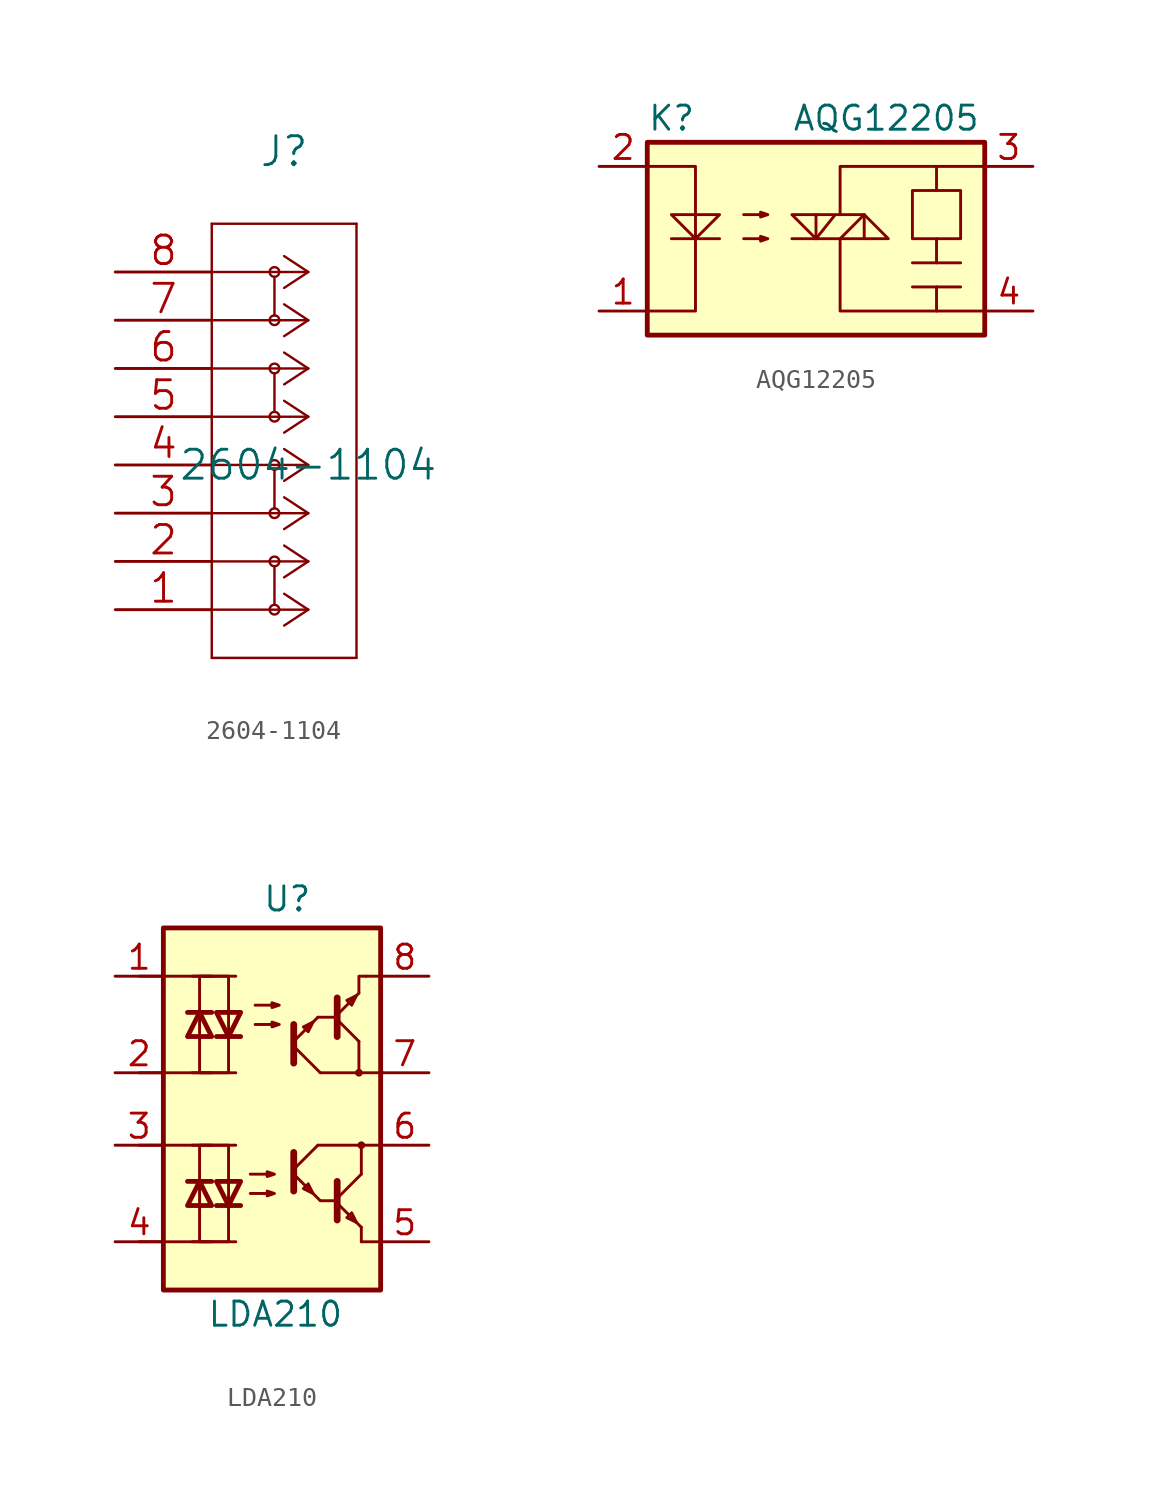
<source format=kicad_sym>
(kicad_symbol_lib
  (version 20241209)
  (generator "kicad_symbol_editor")
  (generator_version "9.0")
  (symbol "2604-1104"
    (pin_names
      (offset 0.254)
      (hide yes))
    (property "Reference" "J"
      (at -1.27 16.51 0)
      (effects (font (size 1.524 1.524))))
    (property "Value" "2604-1104"
      (at 0 0 0)
      (effects (font (size 1.524 1.524))))
    (property "Datasheet" ""
      (at 0 0 0)
      (effects (font (size 1.524 1.524))))
    (symbol "2604-1104_1_1"
      (polyline (pts (xy -5.08 12.7) (xy -5.08 -10.16)) (stroke (width 0.127) (type default)) (fill (type none)))
      (polyline (pts (xy -5.08 -10.16) (xy 2.54 -10.16)) (stroke (width 0.127) (type default)) (fill (type none)))
      (circle (center -1.778 10.16) (radius 0.254) (stroke (width 0.127) (type default)) (fill (type none)))
      (polyline (pts (xy -1.778 9.906) (xy -1.778 7.874)) (stroke (width 0.127) (type default)) (fill (type none)))
      (circle (center -1.778 7.62) (radius 0.254) (stroke (width 0.127) (type default)) (fill (type none)))
      (circle (center -1.778 5.08) (radius 0.254) (stroke (width 0.127) (type default)) (fill (type none)))
      (polyline (pts (xy -1.778 4.826) (xy -1.778 2.794)) (stroke (width 0.127) (type default)) (fill (type none)))
      (circle (center -1.778 2.54) (radius 0.254) (stroke (width 0.127) (type default)) (fill (type none)))
      (circle (center -1.778 0) (radius 0.254) (stroke (width 0.127) (type default)) (fill (type none)))
      (polyline (pts (xy -1.778 -0.254) (xy -1.778 -2.286)) (stroke (width 0.127) (type default)) (fill (type none)))
      (circle (center -1.778 -2.54) (radius 0.254) (stroke (width 0.127) (type default)) (fill (type none)))
      (circle (center -1.778 -5.08) (radius 0.254) (stroke (width 0.127) (type default)) (fill (type none)))
      (polyline (pts (xy -1.778 -5.334) (xy -1.778 -7.366)) (stroke (width 0.127) (type default)) (fill (type none)))
      (circle (center -1.778 -7.62) (radius 0.254) (stroke (width 0.127) (type default)) (fill (type none)))
      (arc (start -1.524 10.16) (mid -1.524 10.16) (end -1.524 10.16) (stroke (width 0.127) (type default)) (fill (type none)))
      (arc (start -1.524 7.62) (mid -1.524 7.62) (end -1.524 7.62) (stroke (width 0.127) (type default)) (fill (type none)))
      (arc (start -1.524 5.08) (mid -1.524 5.08) (end -1.524 5.08) (stroke (width 0.127) (type default)) (fill (type none)))
      (arc (start -1.524 2.54) (mid -1.524 2.54) (end -1.524 2.54) (stroke (width 0.127) (type default)) (fill (type none)))
      (arc (start -1.524 0) (mid -1.524 0) (end -1.524 0) (stroke (width 0.127) (type default)) (fill (type none)))
      (arc (start -1.524 -2.54) (mid -1.524 -2.54) (end -1.524 -2.54) (stroke (width 0.127) (type default)) (fill (type none)))
      (arc (start -1.524 -5.08) (mid -1.524 -5.08) (end -1.524 -5.08) (stroke (width 0.127) (type default)) (fill (type none)))
      (arc (start -1.524 -7.62) (mid -1.524 -7.62) (end -1.524 -7.62) (stroke (width 0.127) (type default)) (fill (type none)))
      (polyline (pts (xy 0 10.16) (xy -5.08 10.16)) (stroke (width 0.127) (type default)) (fill (type none)))
      (polyline (pts (xy 0 10.16) (xy -1.27 10.998)) (stroke (width 0.127) (type default)) (fill (type none)))
      (polyline (pts (xy 0 10.16) (xy -1.27 9.322)) (stroke (width 0.127) (type default)) (fill (type none)))
      (polyline (pts (xy 0 7.62) (xy -5.08 7.62)) (stroke (width 0.127) (type default)) (fill (type none)))
      (polyline (pts (xy 0 7.62) (xy -1.27 8.458)) (stroke (width 0.127) (type default)) (fill (type none)))
      (polyline (pts (xy 0 7.62) (xy -1.27 6.782)) (stroke (width 0.127) (type default)) (fill (type none)))
      (polyline (pts (xy 0 5.08) (xy -5.08 5.08)) (stroke (width 0.127) (type default)) (fill (type none)))
      (polyline (pts (xy 0 5.08) (xy -1.27 5.918)) (stroke (width 0.127) (type default)) (fill (type none)))
      (polyline (pts (xy 0 5.08) (xy -1.27 4.242)) (stroke (width 0.127) (type default)) (fill (type none)))
      (polyline (pts (xy 0 2.54) (xy -5.08 2.54)) (stroke (width 0.127) (type default)) (fill (type none)))
      (polyline (pts (xy 0 2.54) (xy -1.27 3.378)) (stroke (width 0.127) (type default)) (fill (type none)))
      (polyline (pts (xy 0 2.54) (xy -1.27 1.702)) (stroke (width 0.127) (type default)) (fill (type none)))
      (polyline (pts (xy 0 0) (xy -5.08 0)) (stroke (width 0.127) (type default)) (fill (type none)))
      (polyline (pts (xy 0 0) (xy -1.27 0.838)) (stroke (width 0.127) (type default)) (fill (type none)))
      (polyline (pts (xy 0 0) (xy -1.27 -0.838)) (stroke (width 0.127) (type default)) (fill (type none)))
      (polyline (pts (xy 0 -2.54) (xy -5.08 -2.54)) (stroke (width 0.127) (type default)) (fill (type none)))
      (polyline (pts (xy 0 -2.54) (xy -1.27 -1.702)) (stroke (width 0.127) (type default)) (fill (type none)))
      (polyline (pts (xy 0 -2.54) (xy -1.27 -3.378)) (stroke (width 0.127) (type default)) (fill (type none)))
      (polyline (pts (xy 0 -5.08) (xy -5.08 -5.08)) (stroke (width 0.127) (type default)) (fill (type none)))
      (polyline (pts (xy 0 -5.08) (xy -1.27 -4.242)) (stroke (width 0.127) (type default)) (fill (type none)))
      (polyline (pts (xy 0 -5.08) (xy -1.27 -5.918)) (stroke (width 0.127) (type default)) (fill (type none)))
      (polyline (pts (xy 0 -7.62) (xy -5.08 -7.62)) (stroke (width 0.127) (type default)) (fill (type none)))
      (polyline (pts (xy 0 -7.62) (xy -1.27 -6.782)) (stroke (width 0.127) (type default)) (fill (type none)))
      (polyline (pts (xy 0 -7.62) (xy -1.27 -8.458)) (stroke (width 0.127) (type default)) (fill (type none)))
      (polyline (pts (xy 2.54 12.7) (xy -5.08 12.7)) (stroke (width 0.127) (type default)) (fill (type none)))
      (polyline (pts (xy 2.54 -10.16) (xy 2.54 12.7)) (stroke (width 0.127) (type default)) (fill (type none)))
      (pin passive line (at -10.16 10.16 0) (length 5.08) (name "8" (effects (font (size 1.499 1.499)))) (number "8" (effects (font (size 1.499 1.499)))))
      (pin passive line (at -10.16 7.62 0) (length 5.08) (name "7" (effects (font (size 1.499 1.499)))) (number "7" (effects (font (size 1.499 1.499)))))
      (pin passive line (at -10.16 5.08 0) (length 5.08) (name "6" (effects (font (size 1.499 1.499)))) (number "6" (effects (font (size 1.499 1.499)))))
      (pin passive line (at -10.16 2.54 0) (length 5.08) (name "5" (effects (font (size 1.499 1.499)))) (number "5" (effects (font (size 1.499 1.499)))))
      (pin passive line (at -10.16 0 0) (length 5.08) (name "4" (effects (font (size 1.499 1.499)))) (number "4" (effects (font (size 1.499 1.499)))))
      (pin passive line (at -10.16 -2.54 0) (length 5.08) (name "3" (effects (font (size 1.499 1.499)))) (number "3" (effects (font (size 1.499 1.499)))))
      (pin passive line (at -10.16 -5.08 0) (length 5.08) (name "2" (effects (font (size 1.499 1.499)))) (number "2" (effects (font (size 1.499 1.499)))))
      (pin passive line (at -10.16 -7.62 0) (length 5.08) (name "1" (effects (font (size 1.499 1.499)))) (number "1" (effects (font (size 1.499 1.499)))))))
  (symbol "AQG12205"
    (pin_names
      (offset 0.762))
    (property "Reference" "K"
      (at -8.89 6.35 0)
      (effects (font (size 1.27 1.27)) (justify left)))
    (property "Value" "AQG12205"
      (at -1.27 6.35 0)
      (effects (font (size 1.27 1.27)) (justify left)))
    (symbol "AQG12205_0_1"
      (rectangle (start -8.89 5.08) (end 8.89 -5.08) (stroke (width 0.254) (type default)) (fill (type background)))
      (polyline (pts (xy -8.89 3.81) (xy -6.35 3.81) (xy -6.35 -3.81) (xy -8.89 -3.81)) (stroke (width 0) (type default)) (fill (type none)))
      (polyline (pts (xy -7.62 0) (xy -5.08 0)) (stroke (width 0) (type default)) (fill (type none)))
      (polyline (pts (xy -6.35 0) (xy -7.62 1.27) (xy -5.08 1.27) (xy -6.35 0)) (stroke (width 0) (type default)) (fill (type none)))
      (polyline (pts (xy -3.81 1.27) (xy -2.54 1.27) (xy -2.921 1.143) (xy -2.921 1.397) (xy -2.54 1.27)) (stroke (width 0) (type default)) (fill (type none)))
      (polyline (pts (xy -3.81 0) (xy -2.54 0) (xy -2.921 -0.127) (xy -2.921 0.127) (xy -2.54 0)) (stroke (width 0) (type default)) (fill (type none)))
      (polyline (pts (xy -1.27 0) (xy 3.81 0) (xy 2.54 1.27) (xy 1.27 0)) (stroke (width 0) (type default)) (fill (type none)))
      (polyline (pts (xy 0 0) (xy 0 1.27)) (stroke (width 0) (type default)) (fill (type none)))
      (polyline (pts (xy 1.27 1.27) (xy 1.27 3.81) (xy 8.89 3.81)) (stroke (width 0) (type default)) (fill (type none)))
      (polyline (pts (xy 1.27 0) (xy 1.27 -3.81) (xy 8.89 -3.81)) (stroke (width 0) (type default)) (fill (type none)))
      (polyline (pts (xy 2.54 1.27) (xy 2.54 0)) (stroke (width 0) (type default)) (fill (type none)))
      (polyline (pts (xy 2.54 1.27) (xy -1.27 1.27) (xy 0 0) (xy 1.016 1.27)) (stroke (width 0) (type default)) (fill (type none)))
      (rectangle (start 5.08 2.54) (end 7.62 0) (stroke (width 0) (type default)) (fill (type none)))
      (polyline (pts (xy 5.08 -1.27) (xy 7.62 -1.27)) (stroke (width 0) (type default)) (fill (type none)))
      (polyline (pts (xy 5.08 -2.54) (xy 7.62 -2.54)) (stroke (width 0) (type default)) (fill (type none)))
      (polyline (pts (xy 6.35 3.81) (xy 6.35 2.54)) (stroke (width 0) (type default)) (fill (type none)))
      (polyline (pts (xy 6.35 0) (xy 6.35 -1.27)) (stroke (width 0) (type default)) (fill (type none)))
      (polyline (pts (xy 6.35 -2.54) (xy 6.35 -3.81)) (stroke (width 0) (type default)) (fill (type none))))
    (symbol "AQG12205_1_1"
      (pin passive line (at -11.43 3.81 0) (length 2.54) (name "~" (effects (font (size 1.27 1.27)))) (number "2" (effects (font (size 1.27 1.27)))))
      (pin passive line (at -11.43 -3.81 0) (length 2.54) (name "~" (effects (font (size 1.27 1.27)))) (number "1" (effects (font (size 1.27 1.27)))))
      (pin passive line (at 11.43 3.81 180) (length 2.54) (name "~" (effects (font (size 1.27 1.27)))) (number "3" (effects (font (size 1.27 1.27)))))
      (pin passive line (at 11.43 -3.81 180) (length 2.54) (name "~" (effects (font (size 1.27 1.27)))) (number "4" (effects (font (size 1.27 1.27)))))))
  (symbol "LDA210"
    (pin_names
      (offset 1.016))
    (property "Reference" "U"
      (at 0.127 9.144 0)
      (effects (font (size 1.27 1.27)) (justify left)))
    (property "Value" "LDA210"
      (at -2.794 -12.7 0)
      (effects (font (size 1.27 1.27)) (justify left)))
    (symbol "LDA210_0_1"
      (polyline (pts (xy -6.35 5.08) (xy -2.54 5.08)) (stroke (width 0) (type default)) (fill (type none)))
      (rectangle (start -5.08 7.62) (end 6.35 -11.43) (stroke (width 0.254) (type default)) (fill (type background)))
      (polyline (pts (xy -0.508 -5.334) (xy 0.762 -5.334) (xy 0.381 -5.461) (xy 0.381 -5.207) (xy 0.762 -5.334)) (stroke (width 0) (type default)) (fill (type none)))
      (polyline (pts (xy -0.508 -6.35) (xy 0.762 -6.35) (xy 0.381 -6.477) (xy 0.381 -6.223) (xy 0.762 -6.35)) (stroke (width 0) (type default)) (fill (type none)))
      (polyline (pts (xy 1.778 -4.191) (xy 1.778 -6.223)) (stroke (width 0.356) (type default)) (fill (type none)))
      (polyline (pts (xy 1.778 -5.08) (xy 3.048 -3.81)) (stroke (width 0) (type default)) (fill (type none)))
      (polyline (pts (xy 1.778 -5.334) (xy 3.175 -6.731)) (stroke (width 0) (type default)) (fill (type none)))
      (polyline (pts (xy 2.794 -6.35) (xy 2.54 -5.842) (xy 2.286 -6.096) (xy 2.794 -6.35)) (stroke (width 0) (type default)) (fill (type none)))
      (polyline (pts (xy 3.048 -3.81) (xy 6.35 -3.81)) (stroke (width 0) (type default)) (fill (type none)))
      (polyline (pts (xy 4.064 -5.715) (xy 4.064 -7.747) (xy 4.064 -7.747)) (stroke (width 0.356) (type default)) (fill (type none)))
      (polyline (pts (xy 4.064 -6.604) (xy 5.334 -5.334)) (stroke (width 0) (type default)) (fill (type none)))
      (polyline (pts (xy 4.064 -6.731) (xy 3.175 -6.731)) (stroke (width 0) (type default)) (fill (type none)))
      (polyline (pts (xy 4.064 -6.858) (xy 5.334 -8.128)) (stroke (width 0) (type default)) (fill (type none)))
      (polyline (pts (xy 5.08 -7.874) (xy 4.826 -7.366) (xy 4.572 -7.62) (xy 5.08 -7.874)) (stroke (width 0) (type default)) (fill (type none)))
      (circle (center 5.334 -3.81) (radius 0.127) (stroke (width 0) (type default)) (fill (type none)))
      (polyline (pts (xy 5.334 -5.334) (xy 5.334 -3.81)) (stroke (width 0) (type default)) (fill (type none)))
      (polyline (pts (xy 5.334 -8.128) (xy 5.334 -8.89)) (stroke (width 0) (type default)) (fill (type none)))
      (polyline (pts (xy 5.334 -8.89) (xy 6.35 -8.89)) (stroke (width 0) (type default)) (fill (type none)))
      (polyline (pts (xy 5.588 5.08) (xy 5.207 5.08) (xy 5.207 4.191)) (stroke (width 0) (type default)) (fill (type none))))
    (symbol "LDA210_1_1"
      (polyline (pts (xy -6.35 0) (xy -2.54 0)) (stroke (width 0) (type default)) (fill (type none)))
      (polyline (pts (xy -6.35 -3.81) (xy -2.54 -3.81)) (stroke (width 0) (type default)) (fill (type none)))
      (polyline (pts (xy -6.35 -8.89) (xy -2.54 -8.89)) (stroke (width 0) (type default)) (fill (type none)))
      (polyline (pts (xy -3.556 5.08) (xy -1.651 5.08) (xy -1.651 1.778)) (stroke (width 0) (type default)) (fill (type none)))
      (polyline (pts (xy -3.556 -3.81) (xy -1.651 -3.81) (xy -1.651 -7.112)) (stroke (width 0) (type default)) (fill (type none)))
      (polyline (pts (xy -3.175 3.175) (xy -3.175 5.08) (xy -1.27 5.08)) (stroke (width 0) (type default)) (fill (type none)))
      (polyline (pts (xy -3.175 3.175) (xy -2.54 1.905) (xy -3.81 1.905) (xy -3.175 3.175)) (stroke (width 0.254) (type default)) (fill (type none)))
      (polyline (pts (xy -3.175 -5.715) (xy -3.175 -3.81) (xy -1.27 -3.81)) (stroke (width 0) (type default)) (fill (type none)))
      (polyline (pts (xy -3.175 -5.715) (xy -2.54 -6.985) (xy -3.81 -6.985) (xy -3.175 -5.715)) (stroke (width 0.254) (type default)) (fill (type none)))
      (polyline (pts (xy -2.54 3.175) (xy -3.81 3.175)) (stroke (width 0.254) (type default)) (fill (type none)))
      (polyline (pts (xy -2.54 -5.715) (xy -3.81 -5.715)) (stroke (width 0.254) (type default)) (fill (type none)))
      (polyline (pts (xy -2.286 1.905) (xy -1.016 1.905)) (stroke (width 0.254) (type default)) (fill (type none)))
      (polyline (pts (xy -2.286 -6.985) (xy -1.016 -6.985)) (stroke (width 0.254) (type default)) (fill (type none)))
      (polyline (pts (xy -1.651 1.905) (xy -1.651 0) (xy -3.556 0)) (stroke (width 0) (type default)) (fill (type none)))
      (polyline (pts (xy -1.651 1.905) (xy -2.286 3.175) (xy -1.016 3.175) (xy -1.651 1.905)) (stroke (width 0.254) (type default)) (fill (type none)))
      (polyline (pts (xy -1.651 -6.985) (xy -1.651 -8.89) (xy -3.556 -8.89)) (stroke (width 0) (type default)) (fill (type none)))
      (polyline (pts (xy -1.651 -6.985) (xy -2.286 -5.715) (xy -1.016 -5.715) (xy -1.651 -6.985)) (stroke (width 0.254) (type default)) (fill (type none)))
      (polyline (pts (xy -1.27 0) (xy -3.175 0) (xy -3.175 3.302)) (stroke (width 0) (type default)) (fill (type none)))
      (polyline (pts (xy -1.27 -8.89) (xy -3.175 -8.89) (xy -3.175 -5.588)) (stroke (width 0) (type default)) (fill (type none)))
      (polyline (pts (xy -0.254 3.556) (xy 1.016 3.556) (xy 0.635 3.429) (xy 0.635 3.683) (xy 1.016 3.556)) (stroke (width 0) (type default)) (fill (type none)))
      (polyline (pts (xy -0.254 2.54) (xy 1.016 2.54) (xy 0.635 2.413) (xy 0.635 2.667) (xy 1.016 2.54)) (stroke (width 0) (type default)) (fill (type none)))
      (polyline (pts (xy 1.778 2.54) (xy 1.778 0.508)) (stroke (width 0.356) (type default)) (fill (type none)))
      (polyline (pts (xy 1.778 1.651) (xy 3.048 2.921)) (stroke (width 0) (type default)) (fill (type none)))
      (polyline (pts (xy 1.778 1.397) (xy 3.175 0)) (stroke (width 0) (type default)) (fill (type none)))
      (polyline (pts (xy 2.794 2.667) (xy 2.286 2.413) (xy 2.54 2.159) (xy 2.794 2.667)) (stroke (width 0) (type default)) (fill (type none)))
      (polyline (pts (xy 3.175 0) (xy 6.477 0)) (stroke (width 0) (type default)) (fill (type none)))
      (polyline (pts (xy 3.937 2.921) (xy 3.048 2.921)) (stroke (width 0) (type default)) (fill (type none)))
      (polyline (pts (xy 3.937 2.921) (xy 5.207 4.191)) (stroke (width 0) (type default)) (fill (type none)))
      (polyline (pts (xy 3.937 2.921) (xy 5.207 1.651)) (stroke (width 0) (type default)) (fill (type none)))
      (polyline (pts (xy 4.064 3.937) (xy 4.064 1.905) (xy 4.064 1.905)) (stroke (width 0.356) (type default)) (fill (type none)))
      (polyline (pts (xy 5.08 4.064) (xy 4.572 3.81) (xy 4.826 3.556) (xy 5.08 4.064)) (stroke (width 0) (type default)) (fill (type none)))
      (polyline (pts (xy 5.207 0.127) (xy 5.207 1.651)) (stroke (width 0) (type default)) (fill (type none)))
      (circle (center 5.207 0) (radius 0.127) (stroke (width 0) (type default)) (fill (type none)))
      (polyline (pts (xy 6.35 5.08) (xy 5.588 5.08)) (stroke (width 0) (type default)) (fill (type none)))
      (pin passive line (at -7.62 5.08 0) (length 2.54) (name "~" (effects (font (size 1.27 1.27)))) (number "1" (effects (font (size 1.27 1.27)))))
      (pin passive line (at -7.62 0 0) (length 2.54) (name "~" (effects (font (size 1.27 1.27)))) (number "2" (effects (font (size 1.27 1.27)))))
      (pin passive line (at -7.62 -3.81 0) (length 2.54) (name "~" (effects (font (size 1.27 1.27)))) (number "3" (effects (font (size 1.27 1.27)))))
      (pin passive line (at -7.62 -8.89 0) (length 2.54) (name "~" (effects (font (size 1.27 1.27)))) (number "4" (effects (font (size 1.27 1.27)))))
      (pin passive line (at 8.89 5.08 180) (length 2.54) (name "~" (effects (font (size 1.27 1.27)))) (number "8" (effects (font (size 1.27 1.27)))))
      (pin passive line (at 8.89 0 180) (length 2.54) (name "~" (effects (font (size 1.27 1.27)))) (number "7" (effects (font (size 1.27 1.27)))))
      (pin passive line (at 8.89 -3.81 180) (length 2.54) (name "~" (effects (font (size 1.27 1.27)))) (number "6" (effects (font (size 1.27 1.27)))))
      (pin passive line (at 8.89 -8.89 180) (length 2.54) (name "~" (effects (font (size 1.27 1.27)))) (number "5" (effects (font (size 1.27 1.27))))))))
</source>
